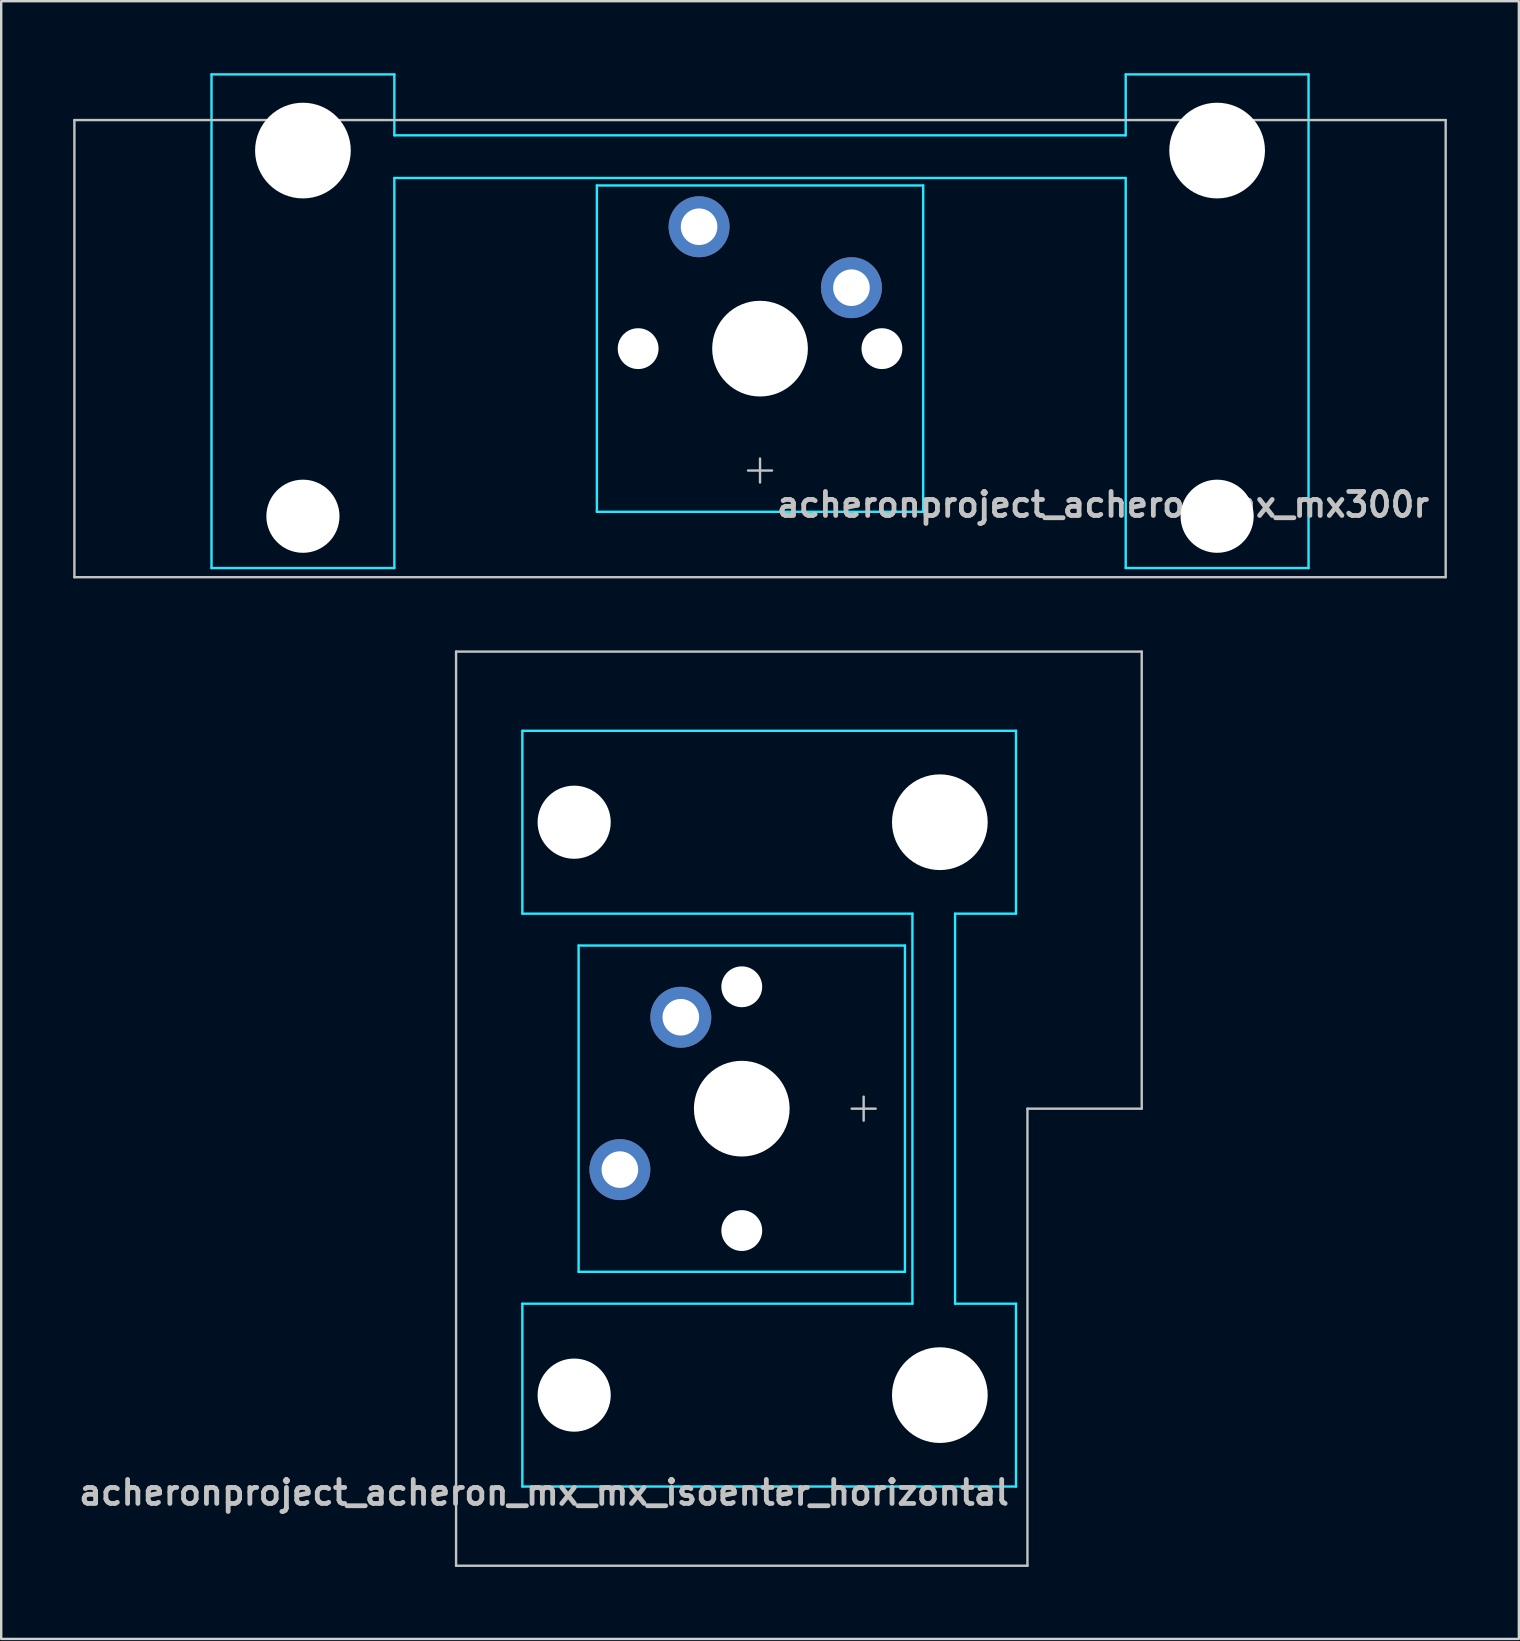
<source format=kicad_pcb>
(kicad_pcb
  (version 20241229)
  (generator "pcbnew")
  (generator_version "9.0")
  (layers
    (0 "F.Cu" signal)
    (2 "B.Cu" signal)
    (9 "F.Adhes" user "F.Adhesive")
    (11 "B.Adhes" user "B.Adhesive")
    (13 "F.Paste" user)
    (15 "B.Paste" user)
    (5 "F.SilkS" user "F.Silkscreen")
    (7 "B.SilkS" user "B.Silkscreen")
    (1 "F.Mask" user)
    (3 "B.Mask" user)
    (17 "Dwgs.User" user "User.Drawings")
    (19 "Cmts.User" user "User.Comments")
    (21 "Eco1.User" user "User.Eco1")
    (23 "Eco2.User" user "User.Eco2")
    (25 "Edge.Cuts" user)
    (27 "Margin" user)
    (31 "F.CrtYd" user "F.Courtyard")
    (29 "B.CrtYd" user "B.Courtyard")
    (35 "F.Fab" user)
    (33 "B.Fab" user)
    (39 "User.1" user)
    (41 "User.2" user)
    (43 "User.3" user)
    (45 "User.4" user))
  (footprint "acheronproject_acheron_mx_mx300r"
    (layer "F.Cu")
    (at 28.625 11.48)
    (property "Reference" "acheronproject_acheron_mx_mx300r" (at 28 6.5 0) (layer "Dwgs.User") (effects (font (size 1 1) (thickness 0.2)) (justify right)))
    (attr through_hole)
    (fp_line (start -28.575 -9.525) (end -28.575 9.525) (stroke (width 0.1) (type solid)) (layer "Dwgs.User"))
    (fp_line (start -28.575 -9.525) (end 28.575 -9.525) (stroke (width 0.1) (type solid)) (layer "Dwgs.User"))
    (fp_line (start -28.575 9.525) (end 28.575 9.525) (stroke (width 0.1) (type solid)) (layer "Dwgs.User"))
    (fp_line (start -0.5 5.08) (end 0.5 5.08) (stroke (width 0.1) (type solid)) (layer "Dwgs.User"))
    (fp_line (start 0 5.58) (end 0 4.58) (stroke (width 0.1) (type solid)) (layer "Dwgs.User"))
    (fp_line (start 28.575 -9.525) (end 28.575 9.525) (stroke (width 0.1) (type solid)) (layer "Dwgs.User"))
    (fp_line (start -22.55 -8.515) (end -22.55 5.485) (stroke (width 0.1) (type solid)) (layer "Eco1.User"))
    (fp_line (start -22.05 -9.015) (end -16.05 -9.015) (stroke (width 0.1) (type solid)) (layer "Eco1.User"))
    (fp_line (start -16.05 5.985) (end -22.05 5.985) (stroke (width 0.1) (type solid)) (layer "Eco1.User"))
    (fp_line (start -15.55 5.485) (end -15.55 -8.515) (stroke (width 0.1) (type solid)) (layer "Eco1.User"))
    (fp_line (start -7 -6.5) (end -7 6.5) (stroke (width 0.1) (type solid)) (layer "Eco1.User"))
    (fp_line (start -6.5 7) (end 6.5 7) (stroke (width 0.1) (type solid)) (layer "Eco1.User"))
    (fp_line (start 6.5 -7) (end -6.5 -7) (stroke (width 0.1) (type solid)) (layer "Eco1.User"))
    (fp_line (start 7 6.5) (end 7 -6.5) (stroke (width 0.1) (type solid)) (layer "Eco1.User"))
    (fp_line (start 15.55 -8.515) (end 15.55 5.485) (stroke (width 0.1) (type solid)) (layer "Eco1.User"))
    (fp_line (start 16.05 -9.015) (end 22.05 -9.015) (stroke (width 0.1) (type solid)) (layer "Eco1.User"))
    (fp_line (start 22.05 5.985) (end 16.05 5.985) (stroke (width 0.1) (type solid)) (layer "Eco1.User"))
    (fp_line (start 22.55 5.485) (end 22.55 -8.515) (stroke (width 0.1) (type solid)) (layer "Eco1.User"))
    (fp_arc (start -22.55 -8.515) (mid -22.403553 -8.868553) (end -22.05 -9.015) (stroke (width 0.1) (type solid)) (layer "Eco1.User"))
    (fp_arc (start -22.05 5.985) (mid -22.403553 5.838553) (end -22.55 5.485) (stroke (width 0.1) (type solid)) (layer "Eco1.User"))
    (fp_arc (start -16.05 -9.015) (mid -15.696447 -8.868553) (end -15.55 -8.515) (stroke (width 0.1) (type solid)) (layer "Eco1.User"))
    (fp_arc (start -15.55 5.485) (mid -15.696447 5.838553) (end -16.05 5.985) (stroke (width 0.1) (type solid)) (layer "Eco1.User"))
    (fp_arc (start -7 -6.5) (mid -6.853553 -6.853553) (end -6.5 -7) (stroke (width 0.1) (type solid)) (layer "Eco1.User"))
    (fp_arc (start -6.5 7) (mid -6.853553 6.853553) (end -7 6.5) (stroke (width 0.1) (type solid)) (layer "Eco1.User"))
    (fp_arc (start 6.5 -7) (mid 6.853553 -6.853553) (end 7 -6.5) (stroke (width 0.1) (type solid)) (layer "Eco1.User"))
    (fp_arc (start 7 6.5) (mid 6.853553 6.853553) (end 6.5 7) (stroke (width 0.1) (type solid)) (layer "Eco1.User"))
    (fp_arc (start 15.55 -8.515) (mid 15.696447 -8.868553) (end 16.05 -9.015) (stroke (width 0.1) (type solid)) (layer "Eco1.User"))
    (fp_arc (start 16.05 5.985) (mid 15.696447 5.838553) (end 15.55 5.485) (stroke (width 0.1) (type solid)) (layer "Eco1.User"))
    (fp_arc (start 22.05 -9.015) (mid 22.403553 -8.868553) (end 22.55 -8.515) (stroke (width 0.1) (type solid)) (layer "Eco1.User"))
    (fp_arc (start 22.55 5.485) (mid 22.403553 5.838553) (end 22.05 5.985) (stroke (width 0.1) (type solid)) (layer "Eco1.User"))
    (fp_line (start -22.86 -11.43) (end -15.24 -11.43) (stroke (width 0.1) (type solid)) (layer "B.CrtYd"))
    (fp_line (start -22.86 9.144) (end -22.86 -11.43) (stroke (width 0.1) (type solid)) (layer "B.CrtYd"))
    (fp_line (start -15.24 -11.43) (end -15.24 -8.89) (stroke (width 0.1) (type solid)) (layer "B.CrtYd"))
    (fp_line (start -15.24 9.144) (end -22.86 9.144) (stroke (width 0.1) (type solid)) (layer "B.CrtYd"))
    (fp_line (start -15.24 9.144) (end -15.24 -7.112) (stroke (width 0.1) (type solid)) (layer "B.CrtYd"))
    (fp_line (start -6.8 6.8) (end -6.8 -6.8) (stroke (width 0.1) (type solid)) (layer "B.CrtYd"))
    (fp_line (start 6.8 -6.8) (end -6.8 -6.8) (stroke (width 0.1) (type solid)) (layer "B.CrtYd"))
    (fp_line (start 6.8 6.8) (end -6.8 6.8) (stroke (width 0.1) (type solid)) (layer "B.CrtYd"))
    (fp_line (start 6.8 6.8) (end 6.8 -6.8) (stroke (width 0.1) (type solid)) (layer "B.CrtYd"))
    (fp_line (start 15.24 -11.43) (end 15.24 -8.89) (stroke (width 0.1) (type solid)) (layer "B.CrtYd"))
    (fp_line (start 15.24 -11.43) (end 22.86 -11.43) (stroke (width 0.1) (type solid)) (layer "B.CrtYd"))
    (fp_line (start 15.24 -8.89) (end -15.24 -8.89) (stroke (width 0.1) (type solid)) (layer "B.CrtYd"))
    (fp_line (start 15.24 -7.112) (end -15.24 -7.112) (stroke (width 0.1) (type solid)) (layer "B.CrtYd"))
    (fp_line (start 15.24 9.144) (end 15.24 -7.112) (stroke (width 0.1) (type solid)) (layer "B.CrtYd"))
    (fp_line (start 22.86 -11.43) (end 22.86 9.144) (stroke (width 0.1) (type solid)) (layer "B.CrtYd"))
    (fp_line (start 22.86 9.144) (end 15.24 9.144) (stroke (width 0.1) (type solid)) (layer "B.CrtYd"))
    (pad "" np_thru_hole circle (at -19.05 -8.255 180) (size 3.988 3.988) (drill 3.988) (layers "*.Cu" "*.Mask"))
    (pad "" np_thru_hole circle (at -19.05 6.985 180) (size 3.048 3.048) (drill 3.048) (layers "*.Cu" "*.Mask"))
    (pad "" np_thru_hole circle (at -5.08 0) (size 1.702 1.702) (drill 1.702) (layers "*.Cu" "*.Mask"))
    (pad "" np_thru_hole circle (at 0 0 180) (size 3.988 3.988) (drill 3.988) (layers "*.Cu" "*.Mask"))
    (pad "" np_thru_hole circle (at 5.08 0) (size 1.702 1.702) (drill 1.702) (layers "*.Cu" "*.Mask"))
    (pad "" np_thru_hole circle (at 19.05 -8.255 180) (size 3.988 3.988) (drill 3.988) (layers "*.Cu" "*.Mask"))
    (pad "" np_thru_hole circle (at 19.05 6.985 180) (size 3.048 3.048) (drill 3.048) (layers "*.Cu" "*.Mask"))
    (pad "1" thru_hole circle (at -2.54 -5.08) (size 2.54 2.54) (drill 1.524) (layers "*.Cu" "*.Mask"))
    (pad "2" thru_hole circle (at 3.81 -2.54) (size 2.54 2.54) (drill 1.524) (layers "*.Cu" "*.Mask")))
  (footprint "acheronproject_acheron_mx_mx_isoenter_horizontal"
    (layer "F.Cu")
    (at 27.864 43.155)
    (property "Reference" "acheronproject_acheron_mx_mx_isoenter_horizontal" (at 11.25 16 0) (layer "Dwgs.User") (effects (font (size 1 1) (thickness 0.2)) (justify right)))
    (fp_line (start -11.906 19.05) (end -11.906 -19.05) (stroke (width 0.1) (type solid)) (layer "Dwgs.User"))
    (fp_line (start 4.58 0) (end 5.58 0) (stroke (width 0.1) (type solid)) (layer "Dwgs.User"))
    (fp_line (start 5.08 0.5) (end 5.08 -0.5) (stroke (width 0.1) (type solid)) (layer "Dwgs.User"))
    (fp_line (start 11.906 19.05) (end -11.906 19.05) (stroke (width 0.1) (type solid)) (layer "Dwgs.User"))
    (fp_line (start 11.906 19.05) (end 11.906 0) (stroke (width 0.1) (type solid)) (layer "Dwgs.User"))
    (fp_line (start 16.669 -19.05) (end -11.906 -19.05) (stroke (width 0.1) (type solid)) (layer "Dwgs.User"))
    (fp_line (start 16.669 0) (end 11.906 0) (stroke (width 0.1) (type solid)) (layer "Dwgs.User"))
    (fp_line (start 16.669 0) (end 16.669 -19.05) (stroke (width 0.1) (type solid)) (layer "Dwgs.User"))
    (fp_line (start -7 -6.5) (end -7 6.5) (stroke (width 0.1) (type solid)) (layer "Eco1.User"))
    (fp_line (start -6.5 7) (end 6.5 7) (stroke (width 0.1) (type solid)) (layer "Eco1.User"))
    (fp_line (start -5.985 -8.938) (end -5.985 -14.938) (stroke (width 0.1) (type solid)) (layer "Eco1.User"))
    (fp_line (start -5.985 14.938) (end -5.985 8.938) (stroke (width 0.1) (type solid)) (layer "Eco1.User"))
    (fp_line (start -5.485 -8.438) (end 8.515 -8.438) (stroke (width 0.1) (type solid)) (layer "Eco1.User"))
    (fp_line (start -5.485 15.438) (end 8.515 15.438) (stroke (width 0.1) (type solid)) (layer "Eco1.User"))
    (fp_line (start 6.5 -7) (end -6.5 -7) (stroke (width 0.1) (type solid)) (layer "Eco1.User"))
    (fp_line (start 7 6.5) (end 7 -6.5) (stroke (width 0.1) (type solid)) (layer "Eco1.User"))
    (fp_line (start 8.515 -15.438) (end -5.485 -15.438) (stroke (width 0.1) (type solid)) (layer "Eco1.User"))
    (fp_line (start 8.515 8.438) (end -5.485 8.438) (stroke (width 0.1) (type solid)) (layer "Eco1.User"))
    (fp_line (start 9.015 -14.938) (end 9.015 -8.938) (stroke (width 0.1) (type solid)) (layer "Eco1.User"))
    (fp_line (start 9.015 8.938) (end 9.015 14.938) (stroke (width 0.1) (type solid)) (layer "Eco1.User"))
    (fp_arc (start -7 -6.5) (mid -6.853553 -6.853553) (end -6.5 -7) (stroke (width 0.1) (type solid)) (layer "Eco1.User"))
    (fp_arc (start -6.5 7) (mid -6.853553 6.853553) (end -7 6.5) (stroke (width 0.1) (type solid)) (layer "Eco1.User"))
    (fp_arc (start -5.985 -14.938) (mid -5.838553 -15.291553) (end -5.485 -15.438) (stroke (width 0.1) (type solid)) (layer "Eco1.User"))
    (fp_arc (start -5.985 8.938) (mid -5.838553 8.584447) (end -5.485 8.438) (stroke (width 0.1) (type solid)) (layer "Eco1.User"))
    (fp_arc (start -5.485 -8.438) (mid -5.838553 -8.584447) (end -5.985 -8.938) (stroke (width 0.1) (type solid)) (layer "Eco1.User"))
    (fp_arc (start -5.485 15.438) (mid -5.838553 15.291553) (end -5.985 14.938) (stroke (width 0.1) (type solid)) (layer "Eco1.User"))
    (fp_arc (start 6.5 -7) (mid 6.853553 -6.853553) (end 7 -6.5) (stroke (width 0.1) (type solid)) (layer "Eco1.User"))
    (fp_arc (start 7 6.5) (mid 6.853553 6.853553) (end 6.5 7) (stroke (width 0.1) (type solid)) (layer "Eco1.User"))
    (fp_arc (start 8.515 -15.438) (mid 8.868553 -15.291553) (end 9.015 -14.938) (stroke (width 0.1) (type solid)) (layer "Eco1.User"))
    (fp_arc (start 8.515 8.438) (mid 8.868553 8.584447) (end 9.015 8.938) (stroke (width 0.1) (type solid)) (layer "Eco1.User"))
    (fp_arc (start 9.015 -8.938) (mid 8.868553 -8.584447) (end 8.515 -8.438) (stroke (width 0.1) (type solid)) (layer "Eco1.User"))
    (fp_arc (start 9.015 14.938) (mid 8.868553 15.291553) (end 8.515 15.438) (stroke (width 0.1) (type solid)) (layer "Eco1.User"))
    (fp_line (start -9.144 -15.748) (end 11.43 -15.748) (stroke (width 0.1) (type solid)) (layer "B.CrtYd"))
    (fp_line (start -9.144 -8.128) (end -9.144 -15.748) (stroke (width 0.1) (type solid)) (layer "B.CrtYd"))
    (fp_line (start -9.144 -8.128) (end 7.112 -8.128) (stroke (width 0.1) (type solid)) (layer "B.CrtYd"))
    (fp_line (start -9.144 8.128) (end 7.112 8.128) (stroke (width 0.1) (type solid)) (layer "B.CrtYd"))
    (fp_line (start -9.144 15.748) (end -9.144 8.128) (stroke (width 0.1) (type solid)) (layer "B.CrtYd"))
    (fp_line (start -6.8 -6.8) (end -6.8 6.8) (stroke (width 0.1) (type solid)) (layer "B.CrtYd"))
    (fp_line (start 6.8 -6.8) (end -6.8 -6.8) (stroke (width 0.1) (type solid)) (layer "B.CrtYd"))
    (fp_line (start 6.8 -6.8) (end 6.8 6.8) (stroke (width 0.1) (type solid)) (layer "B.CrtYd"))
    (fp_line (start 6.8 6.8) (end -6.8 6.8) (stroke (width 0.1) (type solid)) (layer "B.CrtYd"))
    (fp_line (start 7.112 8.128) (end 7.112 -8.128) (stroke (width 0.1) (type solid)) (layer "B.CrtYd"))
    (fp_line (start 8.89 8.128) (end 8.89 -8.128) (stroke (width 0.1) (type solid)) (layer "B.CrtYd"))
    (fp_line (start 11.43 -15.748) (end 11.43 -8.128) (stroke (width 0.1) (type solid)) (layer "B.CrtYd"))
    (fp_line (start 11.43 -8.128) (end 8.89 -8.128) (stroke (width 0.1) (type solid)) (layer "B.CrtYd"))
    (fp_line (start 11.43 8.128) (end 8.89 8.128) (stroke (width 0.1) (type solid)) (layer "B.CrtYd"))
    (fp_line (start 11.43 8.128) (end 11.43 15.748) (stroke (width 0.1) (type solid)) (layer "B.CrtYd"))
    (fp_line (start 11.43 15.748) (end -9.144 15.748) (stroke (width 0.1) (type solid)) (layer "B.CrtYd"))
    (pad "" np_thru_hole circle (at -6.985 -11.938 90) (size 3.048 3.048) (drill 3.048) (layers "*.Cu" "*.Mask"))
    (pad "" np_thru_hole circle (at -6.985 11.938 90) (size 3.048 3.048) (drill 3.048) (layers "*.Cu" "*.Mask"))
    (pad "" np_thru_hole circle (at 0 -5.08 90) (size 1.702 1.702) (drill 1.702) (layers "*.Cu" "*.Mask"))
    (pad "" np_thru_hole circle (at 0 0 90) (size 3.988 3.988) (drill 3.988) (layers "*.Cu" "*.Mask"))
    (pad "" np_thru_hole circle (at 0 5.08 90) (size 1.702 1.702) (drill 1.702) (layers "*.Cu" "*.Mask"))
    (pad "" np_thru_hole circle (at 8.255 -11.938 90) (size 3.988 3.988) (drill 3.988) (layers "*.Cu" "*.Mask"))
    (pad "" np_thru_hole circle (at 8.255 11.938 90) (size 3.988 3.988) (drill 3.988) (layers "*.Cu" "*.Mask"))
    (pad "1" thru_hole circle (at -5.08 2.54 90) (size 2.54 2.54) (drill 1.524) (layers "*.Cu" "*.Mask"))
    (pad "2" thru_hole circle (at -2.54 -3.81 90) (size 2.54 2.54) (drill 1.524) (layers "*.Cu" "*.Mask")))
  (gr_rect
    (start -3 -3)
    (end 60.25 65.255)
    (stroke (width 0.1) (type default))
    (fill no)
    (layer "Edge.Cuts")))
</source>
